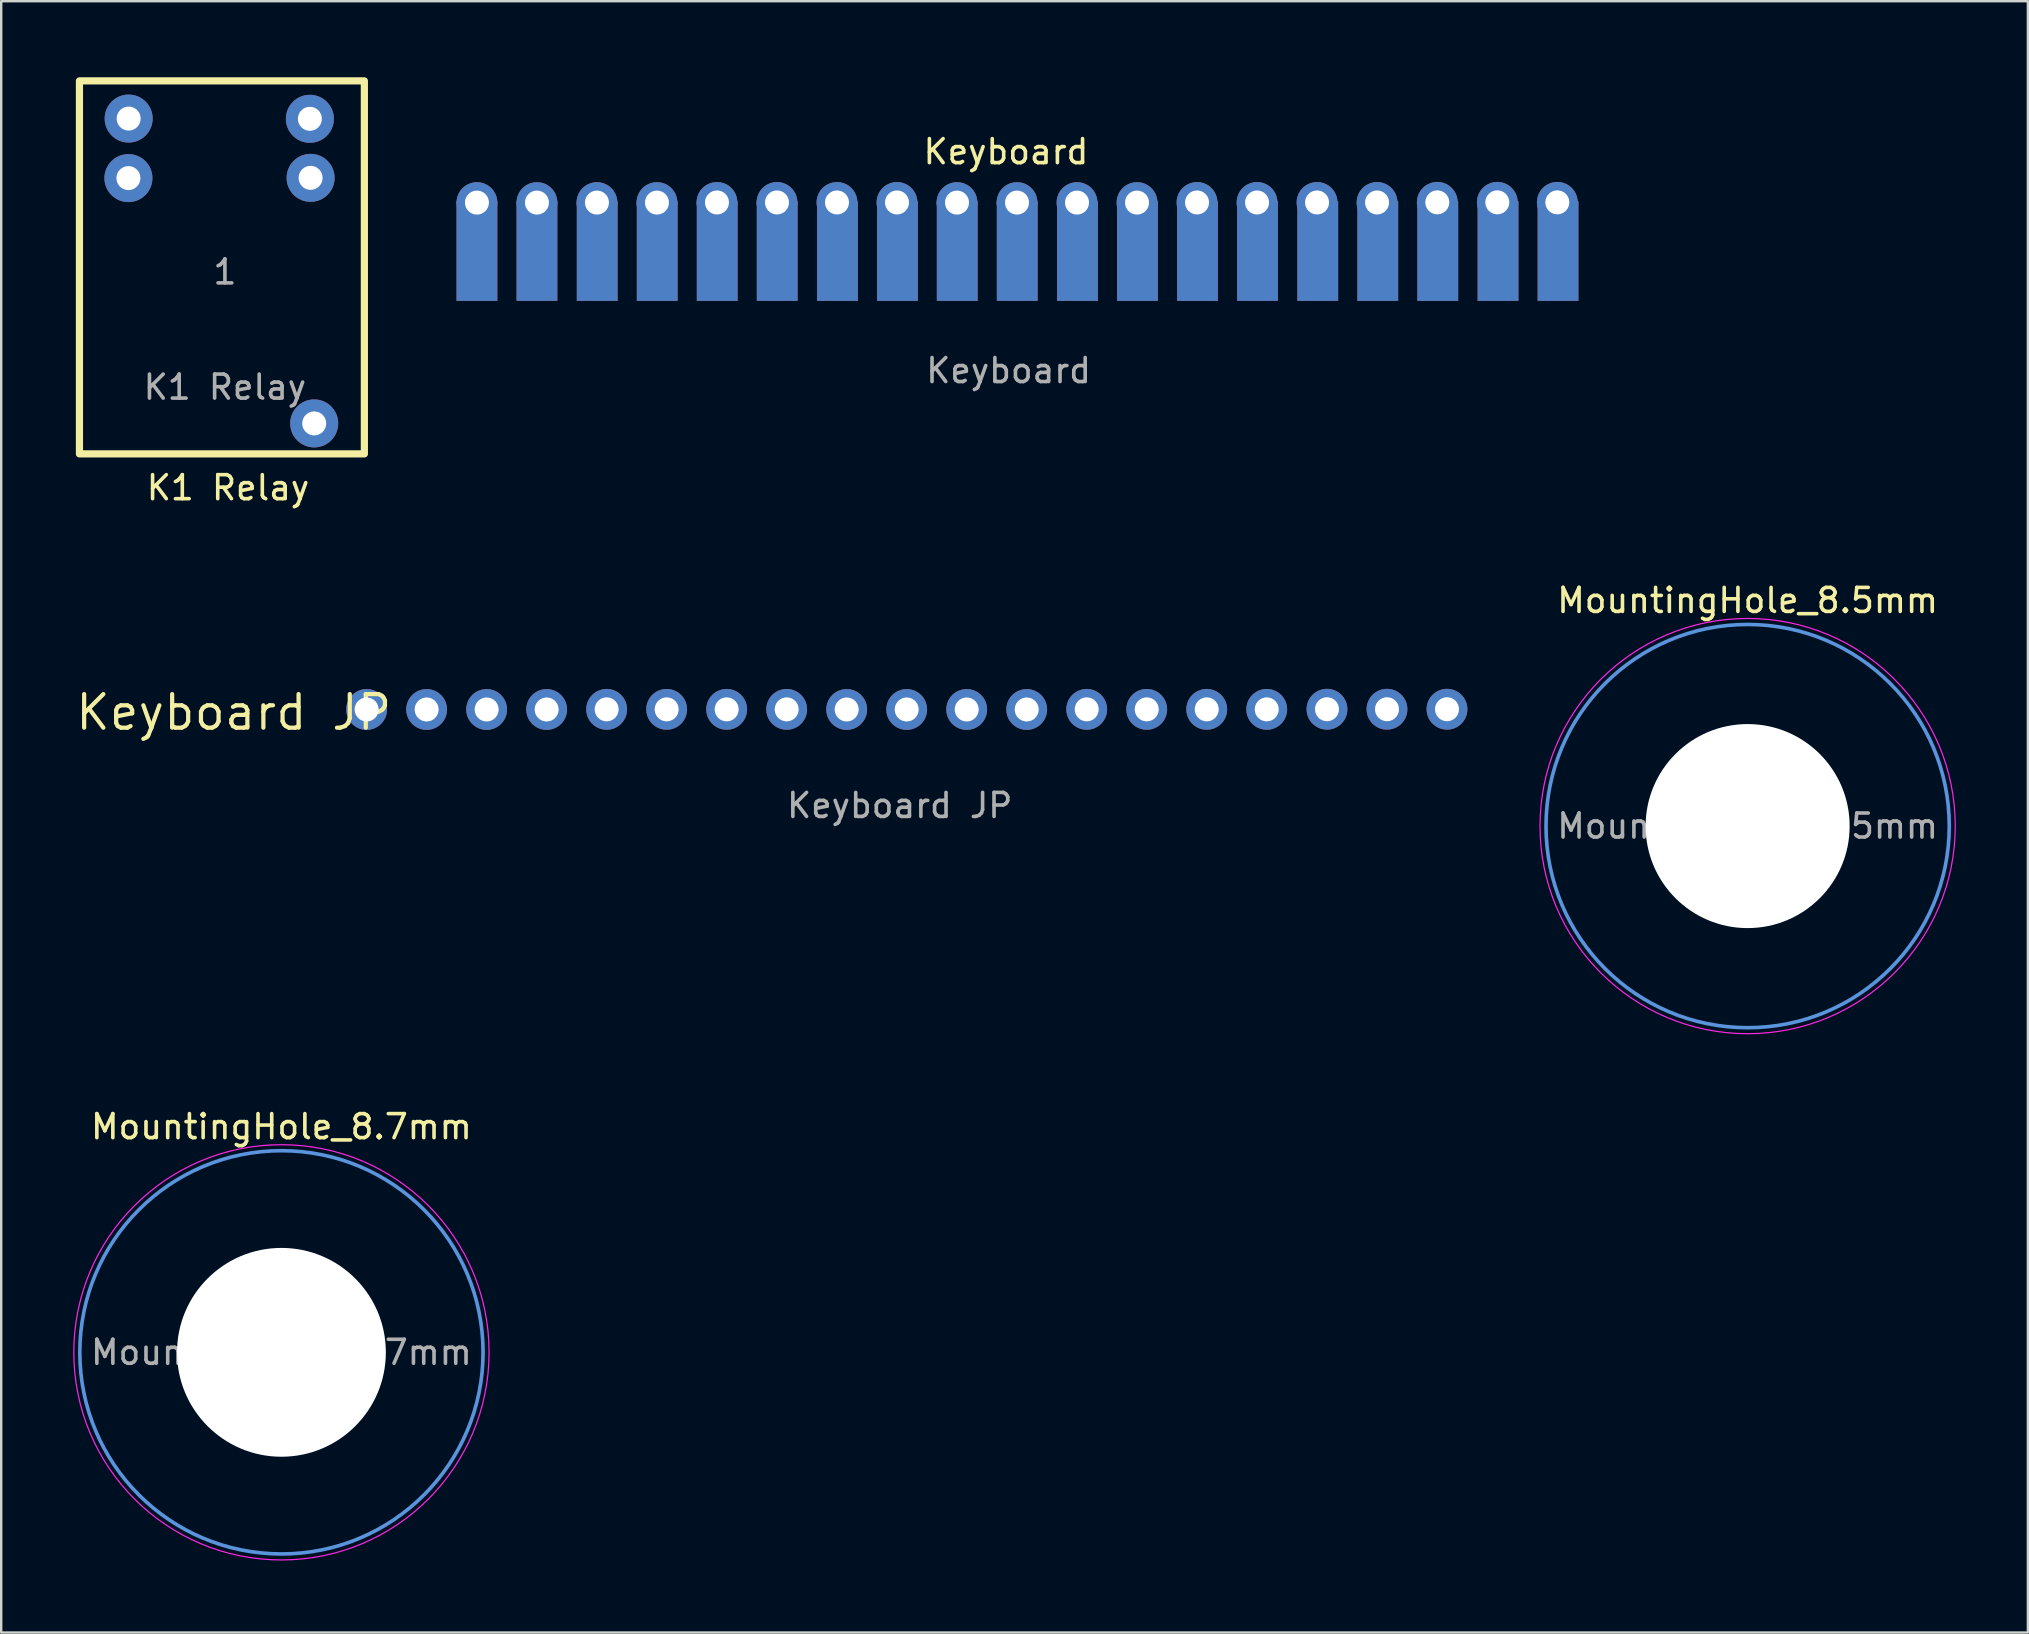
<source format=kicad_pcb>
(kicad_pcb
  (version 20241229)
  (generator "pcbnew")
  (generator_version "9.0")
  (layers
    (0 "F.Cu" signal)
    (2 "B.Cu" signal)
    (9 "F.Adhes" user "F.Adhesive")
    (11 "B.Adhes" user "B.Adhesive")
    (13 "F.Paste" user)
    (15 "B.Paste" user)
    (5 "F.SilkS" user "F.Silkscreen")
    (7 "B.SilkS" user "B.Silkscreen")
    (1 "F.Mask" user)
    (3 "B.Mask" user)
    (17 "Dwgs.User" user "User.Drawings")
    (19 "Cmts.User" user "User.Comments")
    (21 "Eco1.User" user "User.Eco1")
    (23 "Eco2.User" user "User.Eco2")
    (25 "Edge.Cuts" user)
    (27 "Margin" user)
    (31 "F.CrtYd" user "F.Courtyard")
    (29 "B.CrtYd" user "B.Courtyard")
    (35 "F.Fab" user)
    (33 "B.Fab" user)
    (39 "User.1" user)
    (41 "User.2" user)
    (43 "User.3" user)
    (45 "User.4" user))
  (footprint "MountingHole_8.7mm"
    (layer "F.Cu")
    (at 8.675 53.29)
    (property "Reference" "MountingHole_8.7mm" (at 0 -9.4 0) (layer "F.SilkS") (effects (font (size 1 1) (thickness 0.15))))
    (attr exclude_from_pos_files exclude_from_bom)
    (fp_circle (center 0 0) (end 8.4 0) (stroke (width 0.15) (type solid)) (fill no) (layer "Cmts.User"))
    (fp_circle (center 0 0) (end 8.65 0) (stroke (width 0.05) (type solid)) (fill no) (layer "F.CrtYd"))
    (fp_text user "${REFERENCE}" (at 0 0 0) (layer "F.Fab") (effects (font (size 1 1) (thickness 0.15))))
    (pad "" np_thru_hole circle (at 0 0) (size 8.7 8.7) (drill 8.7) (layers "*.Cu" "*.Mask")))
  (footprint "Keyboard JP"
    (layer "F.Cu")
    (at 34.354 21.368)
    (property "Reference" "Keyboard JP" (at -27.665 5.26 0) (unlocked yes) (layer "F.SilkS") (effects (font (size 1.4 1.4) (thickness 0.175))))
    (attr through_hole)
    (fp_text user "${REFERENCE}" (at 0.08 9.14 0) (unlocked yes) (layer "F.Fab") (effects (font (size 1 1) (thickness 0.15))))
    (pad "1" thru_hole oval (at 22.88 5.13 270) (size 1.7 1.7) (drill 1) (layers "*.Cu" "*.Mask"))
    (pad "2" thru_hole oval (at 20.38 5.13 270) (size 1.7 1.7) (drill 1) (layers "*.Cu" "*.Mask"))
    (pad "3" thru_hole oval (at 17.88 5.13 270) (size 1.7 1.7) (drill 1) (layers "*.Cu" "*.Mask"))
    (pad "4" thru_hole oval (at 15.37 5.135 270) (size 1.7 1.7) (drill 1) (layers "*.Cu" "*.Mask"))
    (pad "5" thru_hole oval (at 12.87 5.135 270) (size 1.7 1.7) (drill 1) (layers "*.Cu" "*.Mask"))
    (pad "6" thru_hole oval (at 10.37 5.135 270) (size 1.7 1.7) (drill 1) (layers "*.Cu" "*.Mask"))
    (pad "7" thru_hole oval (at 7.87 5.135 270) (size 1.7 1.7) (drill 1) (layers "*.Cu" "*.Mask"))
    (pad "8" thru_hole oval (at 5.37 5.14 270) (size 1.7 1.7) (drill 1) (layers "*.Cu" "*.Mask"))
    (pad "9" thru_hole oval (at 2.87 5.14 270) (size 1.7 1.7) (drill 1) (layers "*.Cu" "*.Mask"))
    (pad "10" thru_hole oval (at 0.37 5.14 270) (size 1.7 1.7) (drill 1) (layers "*.Cu" "*.Mask"))
    (pad "11" thru_hole oval (at -2.13 5.14 270) (size 1.7 1.7) (drill 1) (layers "*.Cu" "*.Mask"))
    (pad "12" thru_hole oval (at -4.63 5.135 270) (size 1.7 1.7) (drill 1) (layers "*.Cu" "*.Mask"))
    (pad "13" thru_hole oval (at -7.13 5.135 270) (size 1.7 1.7) (drill 1) (layers "*.Cu" "*.Mask"))
    (pad "14" thru_hole oval (at -9.63 5.135 270) (size 1.7 1.7) (drill 1) (layers "*.Cu" "*.Mask"))
    (pad "15" thru_hole oval (at -12.13 5.135 270) (size 1.7 1.7) (drill 1) (layers "*.Cu" "*.Mask"))
    (pad "16" thru_hole oval (at -14.63 5.14 270) (size 1.7 1.7) (drill 1) (layers "*.Cu" "*.Mask"))
    (pad "17" thru_hole oval (at -17.13 5.14 270) (size 1.7 1.7) (drill 1) (layers "*.Cu" "*.Mask"))
    (pad "18" thru_hole oval (at -19.63 5.14 270) (size 1.7 1.7) (drill 1) (layers "*.Cu" "*.Mask"))
    (pad "19" thru_hole oval (at -22.13 5.14 270) (size 1.7 1.7) (drill 1) (layers "*.Cu" "*.Mask")))
  (footprint "MountingHole_8.5mm"
    (layer "F.Cu")
    (at 69.759 31.366)
    (property "Reference" "MountingHole_8.5mm" (at 0 -9.4 0) (layer "F.SilkS") (effects (font (size 1 1) (thickness 0.15))))
    (attr exclude_from_pos_files exclude_from_bom)
    (fp_circle (center 0 0) (end 8.4 0) (stroke (width 0.15) (type solid)) (fill no) (layer "Cmts.User"))
    (fp_circle (center 0 0) (end 8.65 0) (stroke (width 0.05) (type solid)) (fill no) (layer "F.CrtYd"))
    (fp_text user "${REFERENCE}" (at 0 0 0) (layer "F.Fab") (effects (font (size 1 1) (thickness 0.15))))
    (pad "" np_thru_hole circle (at 0 0) (size 8.5 8.5) (drill 8.5) (layers "*.Cu" "*.Mask")))
  (footprint "K1 Relay"
    (layer "F.Cu")
    (at 6.32 10.58)
    (property "Reference" "K1 Relay" (at 0.13 6.69 0) (unlocked yes) (layer "F.SilkS") (effects (font (size 1 1) (thickness 0.15))))
    (attr through_hole)
    (fp_rect (start -6.06 -10.26) (end 5.81 5.28) (stroke (width 0.3) (type default)) (fill no) (layer "F.SilkS"))
    (fp_rect (start -6.27 -10.53) (end 6.1 5.47) (stroke (width 0.1) (type default)) (fill no) (layer "Margin"))
    (fp_text user "1" (at 0 -2.3 0) (layer "F.Fab") (effects (font (size 1 1) (thickness 0.15))))
    (fp_text user "${REFERENCE}" (at 0 2.5 0) (unlocked yes) (layer "F.Fab") (effects (font (size 1 1) (thickness 0.15))))
    (pad "1" thru_hole circle (at 3.72 4.01 90) (size 2 2) (drill 1) (layers "*.Cu" "*.Mask"))
    (pad "2" thru_hole circle (at 3.57 -6.22 90) (size 2 2) (drill 1) (layers "*.Cu" "*.Mask"))
    (pad "3" thru_hole circle (at -4.02 -6.21 90) (size 2 2) (drill 1) (layers "*.Cu" "*.Mask"))
    (pad "4" thru_hole circle (at -4.01 -8.69 90) (size 2 2) (drill 1) (layers "*.Cu" "*.Mask"))
    (pad "5" thru_hole circle (at 3.54 -8.68 90) (size 2 2) (drill 1) (layers "*.Cu" "*.Mask")))
  (footprint "Keyboard"
    (layer "F.Cu")
    (at 38.95 0.25)
    (property "Reference" "Keyboard" (at -0.09 3.02 0) (unlocked yes) (layer "F.SilkS") (effects (font (size 1 1) (thickness 0.15))))
    (attr through_hole)
    (fp_rect (start -23.43 4.09) (end 24.02 9.56) (stroke (width 0.1) (type default)) (fill no) (layer "Margin"))
    (fp_text user "${REFERENCE}" (at 0.02 12.14 0) (unlocked yes) (layer "F.Fab") (effects (font (size 1 1) (thickness 0.15))))
    (pad "1" thru_hole oval (at 22.88 5.13 270) (size 1.7 1.7) (drill 1) (layers "*.Cu" "*.Mask"))
    (pad "1" smd rect (at 22.91 7.16) (size 1.7 4.15) (layers "F.Cu" "F.Mask"))
    (pad "1" smd rect (at 22.91 7.16) (size 1.7 4.15) (layers "B.Cu" "B.Mask"))
    (pad "2" thru_hole oval (at 20.38 5.13 270) (size 1.7 1.7) (drill 1) (layers "*.Cu" "*.Mask"))
    (pad "2" smd rect (at 20.41 7.16) (size 1.7 4.15) (layers "F.Cu" "F.Mask"))
    (pad "2" smd rect (at 20.41 7.16) (size 1.7 4.15) (layers "B.Cu" "B.Mask"))
    (pad "3" thru_hole oval (at 17.88 5.13 270) (size 1.7 1.7) (drill 1) (layers "*.Cu" "*.Mask"))
    (pad "3" smd rect (at 17.9 7.16) (size 1.7 4.15) (layers "F.Cu" "F.Mask"))
    (pad "3" smd rect (at 17.9 7.16) (size 1.7 4.15) (layers "B.Cu" "B.Mask"))
    (pad "4" thru_hole oval (at 15.37 5.135 270) (size 1.7 1.7) (drill 1) (layers "*.Cu" "*.Mask"))
    (pad "4" smd rect (at 15.4 7.16) (size 1.7 4.15) (layers "F.Cu" "F.Mask"))
    (pad "4" smd rect (at 15.4 7.16) (size 1.7 4.15) (layers "B.Cu" "B.Mask"))
    (pad "5" thru_hole oval (at 12.87 5.135 270) (size 1.7 1.7) (drill 1) (layers "*.Cu" "*.Mask"))
    (pad "5" smd rect (at 12.9 7.16) (size 1.7 4.15) (layers "F.Cu" "F.Mask"))
    (pad "5" smd rect (at 12.9 7.16) (size 1.7 4.15) (layers "B.Cu" "B.Mask"))
    (pad "6" thru_hole oval (at 10.37 5.135 270) (size 1.7 1.7) (drill 1) (layers "*.Cu" "*.Mask"))
    (pad "6" smd rect (at 10.39 7.16) (size 1.7 4.15) (layers "F.Cu" "F.Mask"))
    (pad "6" smd rect (at 10.39 7.16) (size 1.7 4.15) (layers "B.Cu" "B.Mask"))
    (pad "7" thru_hole oval (at 7.87 5.135 270) (size 1.7 1.7) (drill 1) (layers "*.Cu" "*.Mask"))
    (pad "7" smd rect (at 7.89 7.16) (size 1.7 4.15) (layers "F.Cu" "F.Mask"))
    (pad "7" smd rect (at 7.89 7.16) (size 1.7 4.15) (layers "B.Cu" "B.Mask"))
    (pad "8" thru_hole oval (at 5.37 5.14 270) (size 1.7 1.7) (drill 1) (layers "*.Cu" "*.Mask"))
    (pad "8" smd rect (at 5.39 7.16) (size 1.7 4.15) (layers "F.Cu" "F.Mask"))
    (pad "8" smd rect (at 5.39 7.16) (size 1.7 4.15) (layers "B.Cu" "B.Mask"))
    (pad "9" thru_hole oval (at 2.87 5.14 270) (size 1.7 1.7) (drill 1) (layers "*.Cu" "*.Mask"))
    (pad "9" smd rect (at 2.89 7.16) (size 1.7 4.15) (layers "F.Cu" "F.Mask"))
    (pad "9" smd rect (at 2.89 7.16) (size 1.7 4.15) (layers "B.Cu" "B.Mask"))
    (pad "10" thru_hole oval (at 0.37 5.14 270) (size 1.7 1.7) (drill 1) (layers "*.Cu" "*.Mask"))
    (pad "10" smd rect (at 0.38 7.16) (size 1.7 4.15) (layers "F.Cu" "F.Mask"))
    (pad "10" smd rect (at 0.38 7.16) (size 1.7 4.15) (layers "B.Cu" "B.Mask"))
    (pad "11" thru_hole oval (at -2.13 5.14 270) (size 1.7 1.7) (drill 1) (layers "*.Cu" "*.Mask"))
    (pad "11" smd rect (at -2.12 7.16) (size 1.7 4.15) (layers "F.Cu" "F.Mask"))
    (pad "11" smd rect (at -2.12 7.16) (size 1.7 4.15) (layers "B.Cu" "B.Mask"))
    (pad "12" thru_hole oval (at -4.63 5.135 270) (size 1.7 1.7) (drill 1) (layers "*.Cu" "*.Mask"))
    (pad "12" smd rect (at -4.61 7.16) (size 1.7 4.15) (layers "F.Cu" "F.Mask"))
    (pad "12" smd rect (at -4.61 7.16) (size 1.7 4.15) (layers "B.Cu" "B.Mask"))
    (pad "13" thru_hole oval (at -7.13 5.135 270) (size 1.7 1.7) (drill 1) (layers "*.Cu" "*.Mask"))
    (pad "13" smd rect (at -7.11 7.16) (size 1.7 4.15) (layers "F.Cu" "F.Mask"))
    (pad "13" smd rect (at -7.11 7.16) (size 1.7 4.15) (layers "B.Cu" "B.Mask"))
    (pad "14" thru_hole oval (at -9.63 5.135 270) (size 1.7 1.7) (drill 1) (layers "*.Cu" "*.Mask"))
    (pad "14" smd rect (at -9.62 7.16) (size 1.7 4.15) (layers "F.Cu" "F.Mask"))
    (pad "14" smd rect (at -9.62 7.16) (size 1.7 4.15) (layers "B.Cu" "B.Mask"))
    (pad "15" thru_hole oval (at -12.13 5.135 270) (size 1.7 1.7) (drill 1) (layers "*.Cu" "*.Mask"))
    (pad "15" smd rect (at -12.12 7.16) (size 1.7 4.15) (layers "F.Cu" "F.Mask"))
    (pad "15" smd rect (at -12.12 7.16) (size 1.7 4.15) (layers "B.Cu" "B.Mask"))
    (pad "16" thru_hole oval (at -14.63 5.14 270) (size 1.7 1.7) (drill 1) (layers "*.Cu" "*.Mask"))
    (pad "16" smd rect (at -14.62 7.16) (size 1.7 4.15) (layers "F.Cu" "F.Mask"))
    (pad "16" smd rect (at -14.62 7.16) (size 1.7 4.15) (layers "B.Cu" "B.Mask"))
    (pad "17" thru_hole oval (at -17.13 5.14 270) (size 1.7 1.7) (drill 1) (layers "*.Cu" "*.Mask"))
    (pad "17" smd rect (at -17.12 7.16) (size 1.7 4.15) (layers "F.Cu" "F.Mask"))
    (pad "17" smd rect (at -17.12 7.16) (size 1.7 4.15) (layers "B.Cu" "B.Mask"))
    (pad "18" thru_hole oval (at -19.63 5.14 270) (size 1.7 1.7) (drill 1) (layers "*.Cu" "*.Mask"))
    (pad "18" smd rect (at -19.63 7.16) (size 1.7 4.15) (layers "F.Cu" "F.Mask"))
    (pad "18" smd rect (at -19.63 7.16) (size 1.7 4.15) (layers "B.Cu" "B.Mask"))
    (pad "19" thru_hole oval (at -22.13 5.14 270) (size 1.7 1.7) (drill 1) (layers "*.Cu" "*.Mask"))
    (pad "19" smd rect (at -22.13 7.16) (size 1.7 4.15) (layers "F.Cu" "F.Mask"))
    (pad "19" smd rect (at -22.13 7.16) (size 1.7 4.15) (layers "B.Cu" "B.Mask")))
  (gr_rect
    (start -3 -3)
    (end 81.434 64.965)
    (stroke (width 0.1) (type default))
    (fill no)
    (layer "Edge.Cuts")))
</source>
